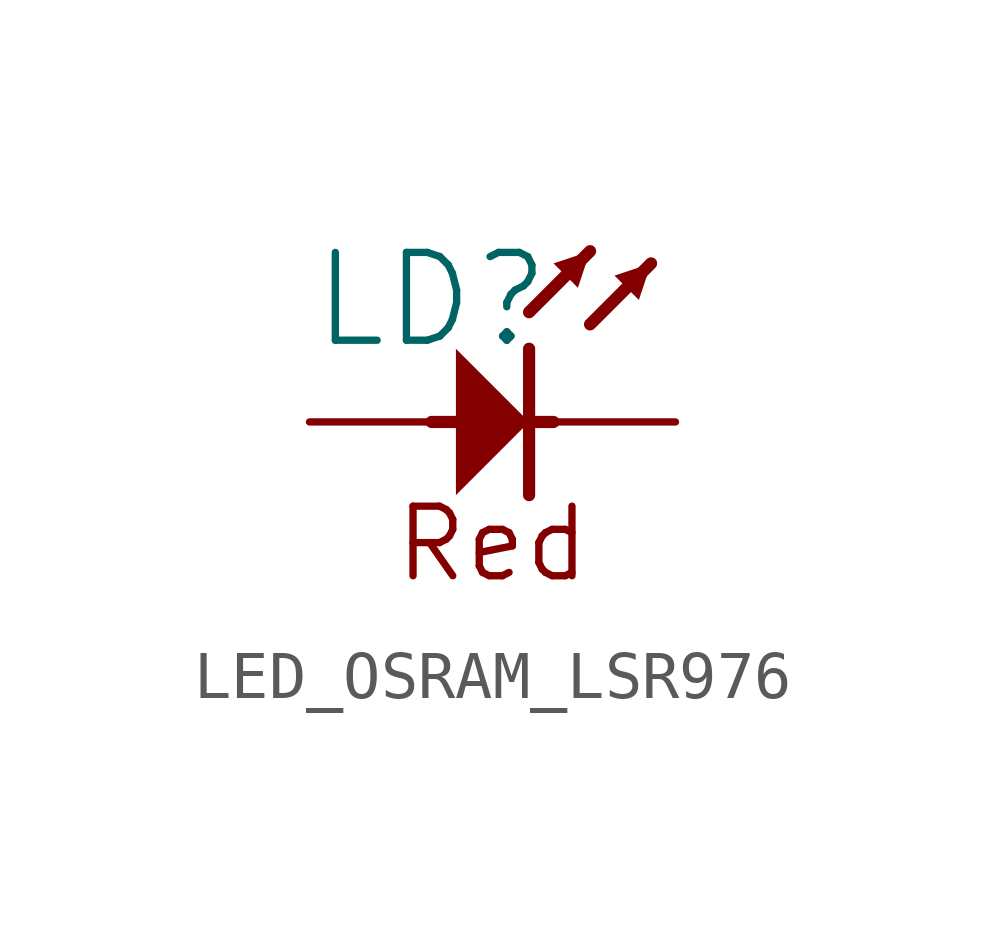
<source format=kicad_sym>
(kicad_symbol_lib
  (version 20231120)
  (generator "kicad_symbol_editor")
  (generator_version "8.0")
  (symbol "LED_OSRAM_LSR976"
    (property "Reference" "LD"
      (at -1.27 2.54 0)
      (effects (font (size 1.829 1.829))))
    (property "Color" "Super Red"
      (at -4.318 3.81 0)
      (effects (font (size 2.184 2.184)) (justify left bottom) (hide yes)))
    (symbol "LED_OSRAM_LSR976_1_0"
      (polyline (pts (xy -1.27 0) (xy 1.27 0)) (stroke (width 0.254) (type solid)) (fill (type none)))
      (polyline (pts (xy 0.762 1.524) (xy 0.762 -1.524)) (stroke (width 0.254) (type solid)) (fill (type none)))
      (polyline (pts (xy 0.762 2.286) (xy 2.032 3.556)) (stroke (width 0.254) (type solid)) (fill (type none)))
      (polyline (pts (xy 2.032 2.032) (xy 3.302 3.302)) (stroke (width 0.254) (type solid)) (fill (type none)))
      (polyline (pts (xy -0.762 -1.524) (xy 0.762 0) (xy -0.762 1.524) (xy -0.762 -1.524)) (stroke (width -0.0001) (type solid)) (fill (type outline)))
      (polyline (pts (xy 2.032 3.556) (xy 1.27 3.302) (xy 1.778 2.794) (xy 2.032 3.556)) (stroke (width -0.0001) (type solid)) (fill (type outline)))
      (polyline (pts (xy 3.302 3.302) (xy 2.54 3.048) (xy 3.048 2.54) (xy 3.302 3.302)) (stroke (width -0.0001) (type solid)) (fill (type outline)))
      (text "Red" (at 0 -2.54 0) (effects (font (size 1.448 1.448))))
      (pin passive line (at 3.81 0 180) (length 2.54) (name "C" (effects (font (size 0 0)))) (number "1" (effects (font (size 0 0)))))
      (pin passive line (at -3.81 0 0) (length 2.54) (name "A" (effects (font (size 0 0)))) (number "2" (effects (font (size 0 0))))))))
</source>
